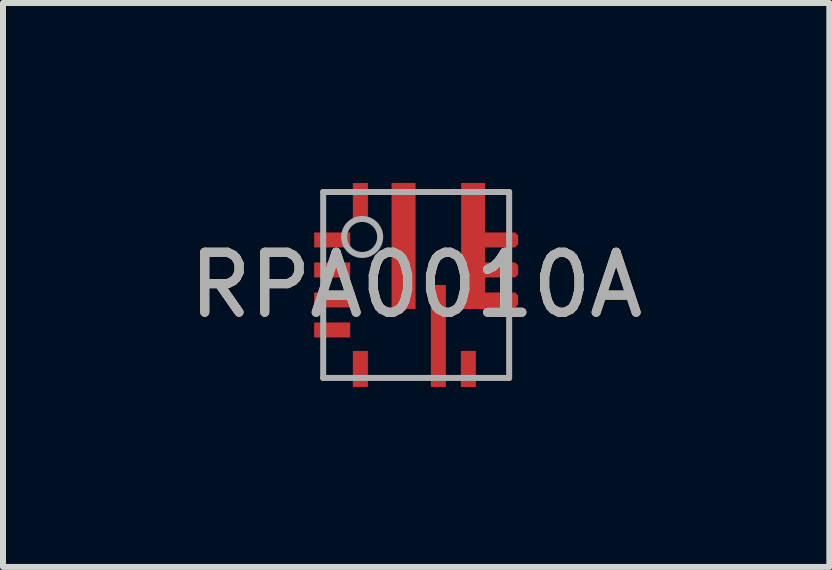
<source format=kicad_pcb>
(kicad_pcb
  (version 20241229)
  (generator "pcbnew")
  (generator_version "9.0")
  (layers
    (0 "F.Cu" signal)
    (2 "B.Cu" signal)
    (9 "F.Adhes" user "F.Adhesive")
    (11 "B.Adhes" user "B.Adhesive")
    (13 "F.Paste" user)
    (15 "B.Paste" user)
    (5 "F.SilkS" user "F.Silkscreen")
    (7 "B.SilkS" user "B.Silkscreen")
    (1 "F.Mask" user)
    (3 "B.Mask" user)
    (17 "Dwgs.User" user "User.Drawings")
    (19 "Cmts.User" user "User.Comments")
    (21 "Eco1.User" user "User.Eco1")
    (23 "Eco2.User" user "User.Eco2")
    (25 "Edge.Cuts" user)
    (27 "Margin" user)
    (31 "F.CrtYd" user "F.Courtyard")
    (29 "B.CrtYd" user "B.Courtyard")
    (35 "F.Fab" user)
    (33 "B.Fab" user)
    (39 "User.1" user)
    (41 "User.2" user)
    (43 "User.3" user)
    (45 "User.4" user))
  (footprint "RPA0010A"
    (layer "F.Cu")
    (at 3.887 1.7)
    (property "Reference" "RPA0010A" (at 0 0 0) (unlocked yes) (layer "F.SilkS") (effects (font (size 1 1) (thickness 0.15))))
    (attr smd)
    (fp_poly (pts (xy 1 -0.675) (xy 1 -0.825) (xy 1.05 -0.875) (xy 1.65 -0.875) (xy 1.7 -0.825) (xy 1.7 -0.675) (xy 1.65 -0.625) (xy 1.05 -0.625)) (stroke (width 0) (type solid)) (fill yes) (layer "F.Cu"))
    (fp_poly (pts (xy 1 -0.175) (xy 1 -0.325) (xy 1.05 -0.375) (xy 1.65 -0.375) (xy 1.7 -0.325) (xy 1.7 -0.175) (xy 1.65 -0.125) (xy 1.05 -0.125)) (stroke (width 0) (type solid)) (fill yes) (layer "F.Cu"))
    (fp_poly (pts (xy 1 0.325) (xy 1 0.175) (xy 1.05 0.125) (xy 1.65 0.125) (xy 1.7 0.175) (xy 1.7 0.325) (xy 1.65 0.375) (xy 1.05 0.375)) (stroke (width 0) (type solid)) (fill yes) (layer "F.Cu"))
    (fp_poly (pts (xy 1 -0.675) (xy 1 -0.825) (xy 1.05 -0.875) (xy 1.65 -0.875) (xy 1.7 -0.825) (xy 1.7 -0.675) (xy 1.65 -0.625) (xy 1.05 -0.625)) (stroke (width 0) (type solid)) (fill yes) (layer "F.Mask"))
    (fp_poly (pts (xy 1 -0.175) (xy 1 -0.325) (xy 1.05 -0.375) (xy 1.65 -0.375) (xy 1.7 -0.325) (xy 1.7 -0.175) (xy 1.65 -0.125) (xy 1.05 -0.125)) (stroke (width 0) (type solid)) (fill yes) (layer "F.Mask"))
    (fp_poly (pts (xy 1 0.325) (xy 1 0.175) (xy 1.05 0.125) (xy 1.65 0.125) (xy 1.7 0.175) (xy 1.7 0.325) (xy 1.65 0.375) (xy 1.05 0.375)) (stroke (width 0) (type solid)) (fill yes) (layer "F.Mask"))
    (fp_poly (pts (xy 1 -0.675) (xy 1 -0.825) (xy 1.05 -0.875) (xy 1.65 -0.875) (xy 1.7 -0.825) (xy 1.7 -0.675) (xy 1.65 -0.625) (xy 1.05 -0.625)) (stroke (width 0) (type solid)) (fill yes) (layer "F.Paste"))
    (fp_poly (pts (xy 1 -0.175) (xy 1 -0.325) (xy 1.05 -0.375) (xy 1.65 -0.375) (xy 1.7 -0.325) (xy 1.7 -0.175) (xy 1.65 -0.125) (xy 1.05 -0.125)) (stroke (width 0) (type solid)) (fill yes) (layer "F.Paste"))
    (fp_poly (pts (xy 1 0.325) (xy 1 0.175) (xy 1.05 0.125) (xy 1.65 0.125) (xy 1.7 0.175) (xy 1.7 0.325) (xy 1.65 0.375) (xy 1.05 0.375)) (stroke (width 0) (type solid)) (fill yes) (layer "F.Paste"))
    (fp_poly (pts (xy -0.41 -0.8) (xy -0.41 -1.65) (xy -0.409 -1.66) (xy -0.406 -1.669) (xy -0.402 -1.678) (xy -0.395 -1.685) (xy -0.388 -1.692) (xy -0.379 -1.696) (xy -0.37 -1.699) (xy -0.36 -1.7) (xy -0.06 -1.7) (xy -0.05 -1.699) (xy -0.041 -1.696) (xy -0.032 -1.692) (xy -0.025 -1.685) (xy -0.018 -1.678) (xy -0.014 -1.669) (xy -0.011 -1.66) (xy -0.01 -1.65) (xy -0.01 -0.8) (xy -0.011 -0.79) (xy -0.014 -0.781) (xy -0.018 -0.772) (xy -0.025 -0.765) (xy -0.032 -0.758) (xy -0.041 -0.754) (xy -0.05 -0.751) (xy -0.06 -0.75) (xy -0.36 -0.75) (xy -0.37 -0.751) (xy -0.379 -0.754) (xy -0.388 -0.758) (xy -0.395 -0.765) (xy -0.402 -0.772) (xy -0.406 -0.781) (xy -0.409 -0.79)) (stroke (width 0) (type solid)) (fill yes) (layer "F.Paste"))
    (fp_poly (pts (xy -0.41 0.35) (xy -0.41 -0.5) (xy -0.409 -0.51) (xy -0.406 -0.519) (xy -0.402 -0.528) (xy -0.395 -0.535) (xy -0.388 -0.542) (xy -0.379 -0.546) (xy -0.37 -0.549) (xy -0.36 -0.55) (xy -0.06 -0.55) (xy -0.05 -0.549) (xy -0.041 -0.546) (xy -0.032 -0.542) (xy -0.025 -0.535) (xy -0.018 -0.528) (xy -0.014 -0.519) (xy -0.011 -0.51) (xy -0.01 -0.5) (xy -0.01 0.35) (xy -0.011 0.36) (xy -0.014 0.369) (xy -0.018 0.378) (xy -0.025 0.385) (xy -0.032 0.392) (xy -0.041 0.396) (xy -0.05 0.399) (xy -0.06 0.4) (xy -0.36 0.4) (xy -0.37 0.399) (xy -0.379 0.396) (xy -0.388 0.392) (xy -0.395 0.385) (xy -0.402 0.378) (xy -0.406 0.369) (xy -0.409 0.36)) (stroke (width 0) (type solid)) (fill yes) (layer "F.Paste"))
    (fp_poly (pts (xy 0.245 0.7) (xy 0.245 0.05) (xy 0.246 0.04) (xy 0.249 0.031) (xy 0.253 0.022) (xy 0.26 0.015) (xy 0.267 0.008) (xy 0.276 0.004) (xy 0.285 0.001) (xy 0.295 0) (xy 0.445 0) (xy 0.455 0.001) (xy 0.464 0.004) (xy 0.473 0.008) (xy 0.48 0.015) (xy 0.487 0.022) (xy 0.491 0.031) (xy 0.494 0.04) (xy 0.495 0.05) (xy 0.495 0.7) (xy 0.494 0.71) (xy 0.491 0.719) (xy 0.487 0.728) (xy 0.48 0.735) (xy 0.473 0.742) (xy 0.464 0.746) (xy 0.455 0.749) (xy 0.445 0.75) (xy 0.295 0.75) (xy 0.285 0.749) (xy 0.276 0.746) (xy 0.267 0.742) (xy 0.26 0.735) (xy 0.253 0.728) (xy 0.249 0.719) (xy 0.246 0.71)) (stroke (width 0) (type solid)) (fill yes) (layer "F.Paste"))
    (fp_poly (pts (xy 0.245 1.65) (xy 0.245 1) (xy 0.246 0.99) (xy 0.249 0.981) (xy 0.253 0.972) (xy 0.26 0.965) (xy 0.267 0.958) (xy 0.276 0.954) (xy 0.285 0.951) (xy 0.295 0.95) (xy 0.445 0.95) (xy 0.455 0.951) (xy 0.464 0.954) (xy 0.473 0.958) (xy 0.48 0.965) (xy 0.487 0.972) (xy 0.491 0.981) (xy 0.494 0.99) (xy 0.495 1) (xy 0.495 1.65) (xy 0.494 1.66) (xy 0.491 1.669) (xy 0.487 1.678) (xy 0.48 1.685) (xy 0.473 1.692) (xy 0.464 1.696) (xy 0.455 1.699) (xy 0.445 1.7) (xy 0.295 1.7) (xy 0.285 1.699) (xy 0.276 1.696) (xy 0.267 1.692) (xy 0.26 1.685) (xy 0.253 1.678) (xy 0.249 1.669) (xy 0.246 1.66)) (stroke (width 0) (type solid)) (fill yes) (layer "F.Paste"))
    (fp_line (start -1.55 -1.55) (end 1.55 -1.55) (stroke (width 0.1) (type solid)) (layer "F.Fab"))
    (fp_line (start -1.55 1.55) (end -1.55 -1.55) (stroke (width 0.1) (type solid)) (layer "F.Fab"))
    (fp_line (start -1.55 1.55) (end 1.55 1.55) (stroke (width 0.1) (type solid)) (layer "F.Fab"))
    (fp_line (start 1.55 1.55) (end 1.55 -1.55) (stroke (width 0.1) (type solid)) (layer "F.Fab"))
    (fp_circle (center -0.9 -0.8) (end -0.6 -0.8) (stroke (width 0.1) (type solid)) (fill no) (layer "F.Fab"))
    (fp_text user "${REFERENCE}" (at 0 0 0) (unlocked yes) (layer "F.Fab") (effects (font (size 1 1) (thickness 0.15))))
    (pad "1" smd rect (at -1.4 -0.75) (size 0.6 0.25) (layers "F.Cu" "F.Mask" "F.Paste"))
    (pad "2" smd rect (at -1.4 -0.25) (size 0.6 0.25) (layers "F.Cu" "F.Mask" "F.Paste"))
    (pad "3" smd rect (at -1.4 0.25) (size 0.6 0.25) (layers "F.Cu" "F.Mask" "F.Paste"))
    (pad "4" smd rect (at -1.4 0.75) (size 0.6 0.25) (layers "F.Cu" "F.Mask" "F.Paste"))
    (pad "5" smd rect (at -0.93 1.4 90) (size 0.6 0.25) (layers "F.Cu" "F.Mask" "F.Paste"))
    (pad "6" smd rect (at 0.37 0.85 90) (size 1.7 0.25) (layers "F.Cu" "F.Mask"))
    (pad "7" smd rect (at 0.87 1.4 90) (size 0.6 0.25) (layers "F.Cu" "F.Mask" "F.Paste"))
    (pad "8" smd rect (at 0.95 -0.65 90) (size 2.1 0.4) (layers "F.Cu" "F.Mask" "F.Paste"))
    (pad "9" smd rect (at -0.21 -0.65 90) (size 2.1 0.4) (layers "F.Cu" "F.Mask"))
    (pad "10" smd rect (at -0.93 -1.4 90) (size 0.6 0.25) (layers "F.Cu" "F.Mask" "F.Paste")))
  (gr_rect
    (start -3 -3)
    (end 10.774 6.4)
    (stroke (width 0.1) (type default))
    (fill no)
    (layer "Edge.Cuts")))
</source>
